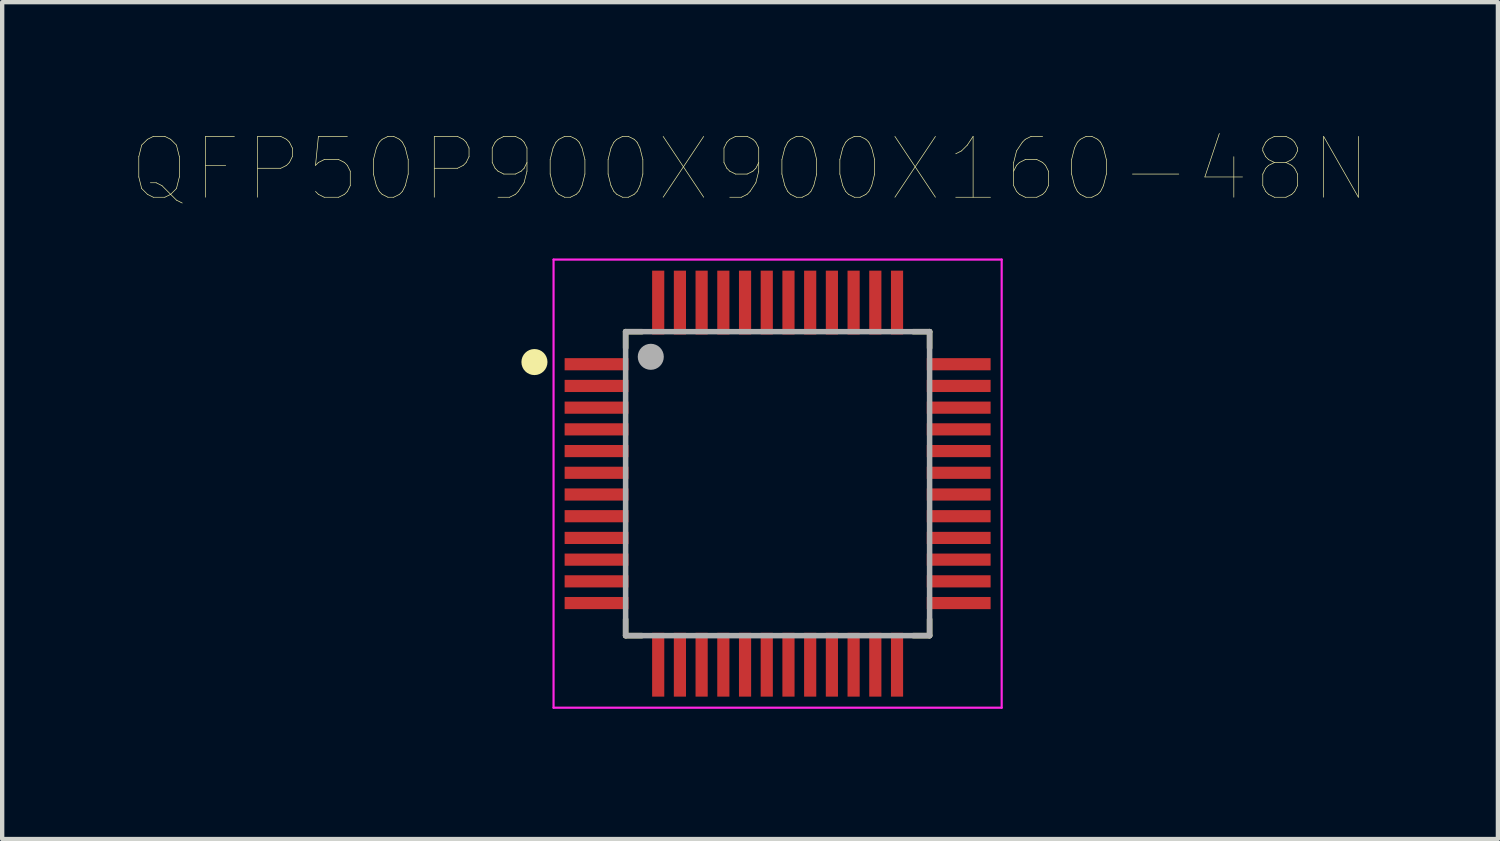
<source format=kicad_pcb>
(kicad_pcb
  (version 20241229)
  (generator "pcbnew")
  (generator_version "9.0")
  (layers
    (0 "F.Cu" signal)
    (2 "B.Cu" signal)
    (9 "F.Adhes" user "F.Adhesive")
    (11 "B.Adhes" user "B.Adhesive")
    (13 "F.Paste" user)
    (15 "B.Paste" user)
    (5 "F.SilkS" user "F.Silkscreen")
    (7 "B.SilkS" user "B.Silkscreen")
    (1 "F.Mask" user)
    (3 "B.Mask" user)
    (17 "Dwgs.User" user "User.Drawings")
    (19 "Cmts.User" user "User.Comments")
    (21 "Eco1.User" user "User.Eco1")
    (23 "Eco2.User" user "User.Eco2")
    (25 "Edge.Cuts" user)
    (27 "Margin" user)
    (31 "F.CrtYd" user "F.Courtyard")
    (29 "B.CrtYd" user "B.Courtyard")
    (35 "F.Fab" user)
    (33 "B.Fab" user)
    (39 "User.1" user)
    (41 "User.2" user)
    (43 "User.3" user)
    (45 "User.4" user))
  (footprint "QFP50P900X900X160-48N"
    (layer "F.Cu")
    (at 14.858 8.088)
    (property "Reference" "QFP50P900X900X160-48N" (at -0.635 -7.243 0) (layer "F.SilkS") (effects (font (size 1.401 1.401) (thickness 0.015))))
    (attr through_hole)
    (fp_line (start -3.5 -3.5) (end -3.5 -3.125) (stroke (width 0.127) (type solid)) (layer "F.SilkS"))
    (fp_line (start -3.5 3.5) (end -3.5 3.125) (stroke (width 0.127) (type solid)) (layer "F.SilkS"))
    (fp_line (start -3.125 -3.5) (end -3.5 -3.5) (stroke (width 0.127) (type solid)) (layer "F.SilkS"))
    (fp_line (start -3.125 3.5) (end -3.5 3.5) (stroke (width 0.127) (type solid)) (layer "F.SilkS"))
    (fp_line (start 3.125 -3.5) (end 3.5 -3.5) (stroke (width 0.127) (type solid)) (layer "F.SilkS"))
    (fp_line (start 3.125 3.5) (end 3.5 3.5) (stroke (width 0.127) (type solid)) (layer "F.SilkS"))
    (fp_line (start 3.5 -3.5) (end 3.5 -3.125) (stroke (width 0.127) (type solid)) (layer "F.SilkS"))
    (fp_line (start 3.5 3.5) (end 3.5 3.125) (stroke (width 0.127) (type solid)) (layer "F.SilkS"))
    (fp_circle (center -5.6 -2.8) (end -5.45 -2.8) (stroke (width 0.3) (type solid)) (fill no) (layer "F.SilkS"))
    (fp_line (start -5.16 -5.16) (end 5.16 -5.16) (stroke (width 0.05) (type solid)) (layer "F.CrtYd"))
    (fp_line (start -5.16 5.16) (end -5.16 -5.16) (stroke (width 0.05) (type solid)) (layer "F.CrtYd"))
    (fp_line (start 5.16 -5.16) (end 5.16 5.16) (stroke (width 0.05) (type solid)) (layer "F.CrtYd"))
    (fp_line (start 5.16 5.16) (end -5.16 5.16) (stroke (width 0.05) (type solid)) (layer "F.CrtYd"))
    (fp_line (start -3.5 -3.5) (end 3.5 -3.5) (stroke (width 0.127) (type solid)) (layer "F.Fab"))
    (fp_line (start -3.5 3.5) (end -3.5 -3.5) (stroke (width 0.127) (type solid)) (layer "F.Fab"))
    (fp_line (start 3.5 -3.5) (end 3.5 3.5) (stroke (width 0.127) (type solid)) (layer "F.Fab"))
    (fp_line (start 3.5 3.5) (end -3.5 3.5) (stroke (width 0.127) (type solid)) (layer "F.Fab"))
    (fp_circle (center -2.921 -2.921) (end -2.771 -2.921) (stroke (width 0.3) (type solid)) (fill no) (layer "F.Fab"))
    (pad "1" smd rect (at -4.17 -2.75) (size 1.47 0.28) (layers "F.Cu" "F.Mask" "F.Paste"))
    (pad "2" smd rect (at -4.17 -2.25) (size 1.47 0.28) (layers "F.Cu" "F.Mask" "F.Paste"))
    (pad "3" smd rect (at -4.17 -1.75) (size 1.47 0.28) (layers "F.Cu" "F.Mask" "F.Paste"))
    (pad "4" smd rect (at -4.17 -1.25) (size 1.47 0.28) (layers "F.Cu" "F.Mask" "F.Paste"))
    (pad "5" smd rect (at -4.17 -0.75) (size 1.47 0.28) (layers "F.Cu" "F.Mask" "F.Paste"))
    (pad "6" smd rect (at -4.17 -0.25) (size 1.47 0.28) (layers "F.Cu" "F.Mask" "F.Paste"))
    (pad "7" smd rect (at -4.17 0.25) (size 1.47 0.28) (layers "F.Cu" "F.Mask" "F.Paste"))
    (pad "8" smd rect (at -4.17 0.75) (size 1.47 0.28) (layers "F.Cu" "F.Mask" "F.Paste"))
    (pad "9" smd rect (at -4.17 1.25) (size 1.47 0.28) (layers "F.Cu" "F.Mask" "F.Paste"))
    (pad "10" smd rect (at -4.17 1.75) (size 1.47 0.28) (layers "F.Cu" "F.Mask" "F.Paste"))
    (pad "11" smd rect (at -4.17 2.25) (size 1.47 0.28) (layers "F.Cu" "F.Mask" "F.Paste"))
    (pad "12" smd rect (at -4.17 2.75) (size 1.47 0.28) (layers "F.Cu" "F.Mask" "F.Paste"))
    (pad "13" smd rect (at -2.75 4.17) (size 0.28 1.47) (layers "F.Cu" "F.Mask" "F.Paste"))
    (pad "14" smd rect (at -2.25 4.17) (size 0.28 1.47) (layers "F.Cu" "F.Mask" "F.Paste"))
    (pad "15" smd rect (at -1.75 4.17) (size 0.28 1.47) (layers "F.Cu" "F.Mask" "F.Paste"))
    (pad "16" smd rect (at -1.25 4.17) (size 0.28 1.47) (layers "F.Cu" "F.Mask" "F.Paste"))
    (pad "17" smd rect (at -0.75 4.17) (size 0.28 1.47) (layers "F.Cu" "F.Mask" "F.Paste"))
    (pad "18" smd rect (at -0.25 4.17) (size 0.28 1.47) (layers "F.Cu" "F.Mask" "F.Paste"))
    (pad "19" smd rect (at 0.25 4.17) (size 0.28 1.47) (layers "F.Cu" "F.Mask" "F.Paste"))
    (pad "20" smd rect (at 0.75 4.17) (size 0.28 1.47) (layers "F.Cu" "F.Mask" "F.Paste"))
    (pad "21" smd rect (at 1.25 4.17) (size 0.28 1.47) (layers "F.Cu" "F.Mask" "F.Paste"))
    (pad "22" smd rect (at 1.75 4.17) (size 0.28 1.47) (layers "F.Cu" "F.Mask" "F.Paste"))
    (pad "23" smd rect (at 2.25 4.17) (size 0.28 1.47) (layers "F.Cu" "F.Mask" "F.Paste"))
    (pad "24" smd rect (at 2.75 4.17) (size 0.28 1.47) (layers "F.Cu" "F.Mask" "F.Paste"))
    (pad "25" smd rect (at 4.17 2.75) (size 1.47 0.28) (layers "F.Cu" "F.Mask" "F.Paste"))
    (pad "26" smd rect (at 4.17 2.25) (size 1.47 0.28) (layers "F.Cu" "F.Mask" "F.Paste"))
    (pad "27" smd rect (at 4.17 1.75) (size 1.47 0.28) (layers "F.Cu" "F.Mask" "F.Paste"))
    (pad "28" smd rect (at 4.17 1.25) (size 1.47 0.28) (layers "F.Cu" "F.Mask" "F.Paste"))
    (pad "29" smd rect (at 4.17 0.75) (size 1.47 0.28) (layers "F.Cu" "F.Mask" "F.Paste"))
    (pad "30" smd rect (at 4.17 0.25) (size 1.47 0.28) (layers "F.Cu" "F.Mask" "F.Paste"))
    (pad "31" smd rect (at 4.17 -0.25) (size 1.47 0.28) (layers "F.Cu" "F.Mask" "F.Paste"))
    (pad "32" smd rect (at 4.17 -0.75) (size 1.47 0.28) (layers "F.Cu" "F.Mask" "F.Paste"))
    (pad "33" smd rect (at 4.17 -1.25) (size 1.47 0.28) (layers "F.Cu" "F.Mask" "F.Paste"))
    (pad "34" smd rect (at 4.17 -1.75) (size 1.47 0.28) (layers "F.Cu" "F.Mask" "F.Paste"))
    (pad "35" smd rect (at 4.17 -2.25) (size 1.47 0.28) (layers "F.Cu" "F.Mask" "F.Paste"))
    (pad "36" smd rect (at 4.17 -2.75) (size 1.47 0.28) (layers "F.Cu" "F.Mask" "F.Paste"))
    (pad "37" smd rect (at 2.75 -4.17) (size 0.28 1.47) (layers "F.Cu" "F.Mask" "F.Paste"))
    (pad "38" smd rect (at 2.25 -4.17) (size 0.28 1.47) (layers "F.Cu" "F.Mask" "F.Paste"))
    (pad "39" smd rect (at 1.75 -4.17) (size 0.28 1.47) (layers "F.Cu" "F.Mask" "F.Paste"))
    (pad "40" smd rect (at 1.25 -4.17) (size 0.28 1.47) (layers "F.Cu" "F.Mask" "F.Paste"))
    (pad "41" smd rect (at 0.75 -4.17) (size 0.28 1.47) (layers "F.Cu" "F.Mask" "F.Paste"))
    (pad "42" smd rect (at 0.25 -4.17) (size 0.28 1.47) (layers "F.Cu" "F.Mask" "F.Paste"))
    (pad "43" smd rect (at -0.25 -4.17) (size 0.28 1.47) (layers "F.Cu" "F.Mask" "F.Paste"))
    (pad "44" smd rect (at -0.75 -4.17) (size 0.28 1.47) (layers "F.Cu" "F.Mask" "F.Paste"))
    (pad "45" smd rect (at -1.25 -4.17) (size 0.28 1.47) (layers "F.Cu" "F.Mask" "F.Paste"))
    (pad "46" smd rect (at -1.75 -4.17) (size 0.28 1.47) (layers "F.Cu" "F.Mask" "F.Paste"))
    (pad "47" smd rect (at -2.25 -4.17) (size 0.28 1.47) (layers "F.Cu" "F.Mask" "F.Paste"))
    (pad "48" smd rect (at -2.75 -4.17) (size 0.28 1.47) (layers "F.Cu" "F.Mask" "F.Paste")))
  (gr_rect
    (start -3 -3)
    (end 31.446 16.273)
    (stroke (width 0.1) (type default))
    (fill no)
    (layer "Edge.Cuts")))
</source>
